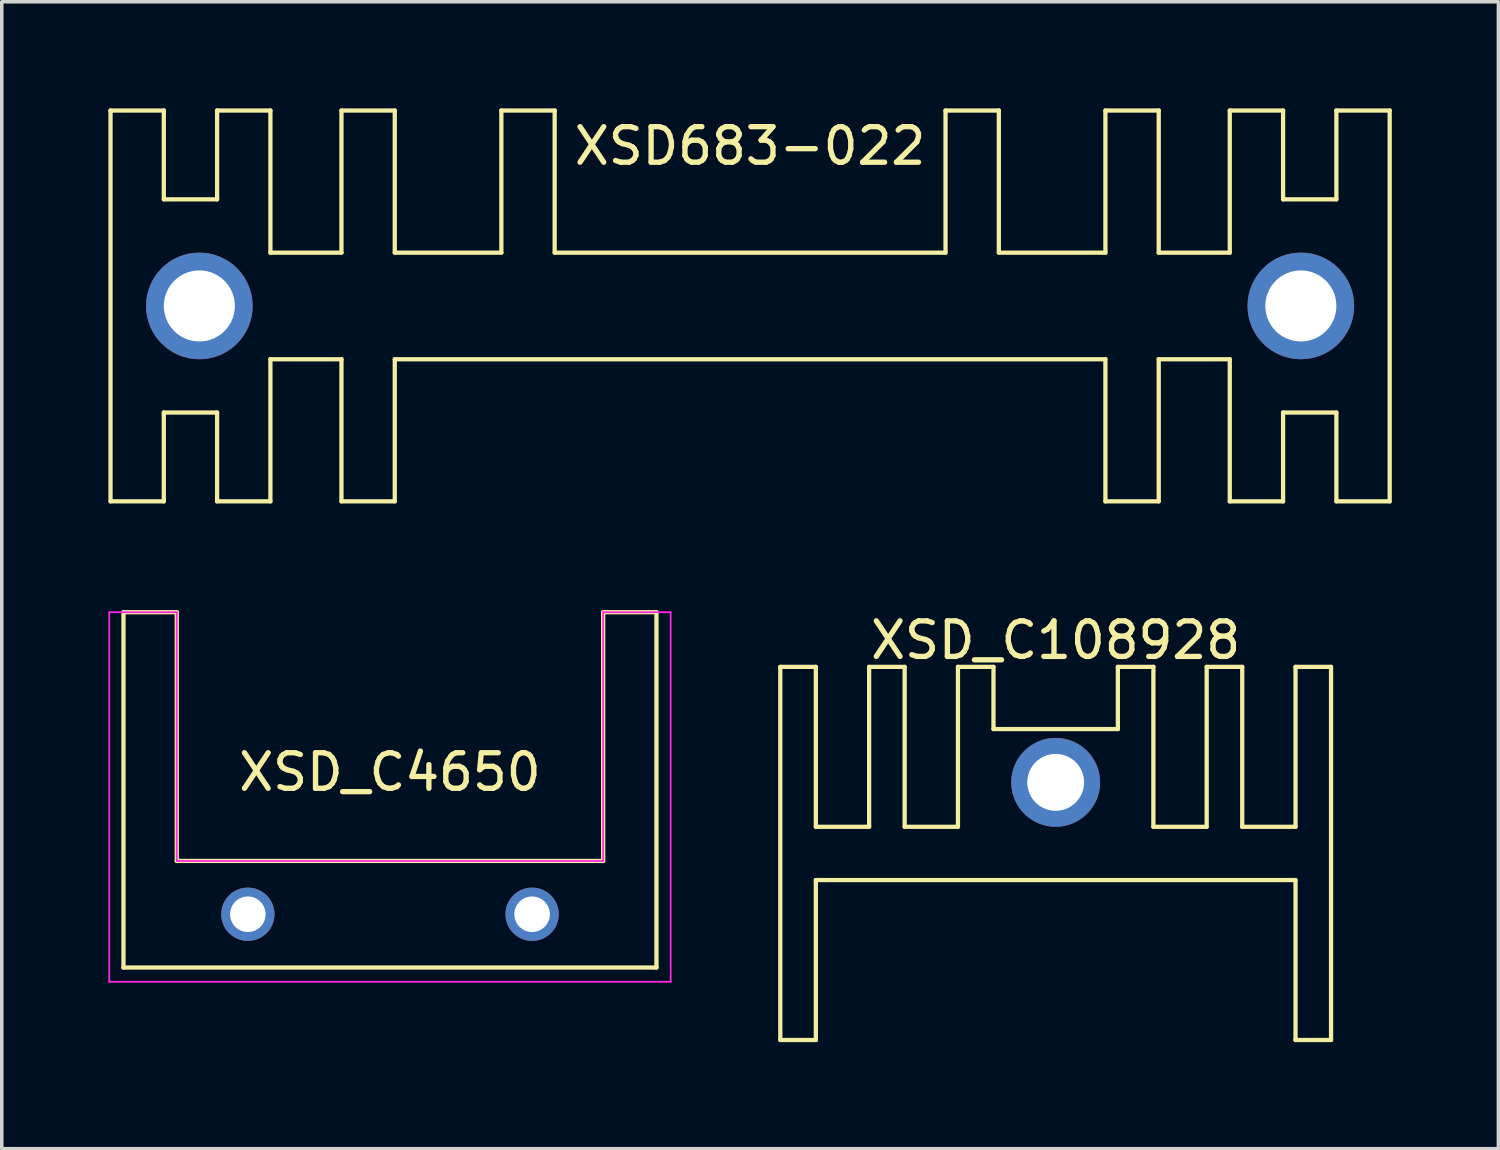
<source format=kicad_pcb>
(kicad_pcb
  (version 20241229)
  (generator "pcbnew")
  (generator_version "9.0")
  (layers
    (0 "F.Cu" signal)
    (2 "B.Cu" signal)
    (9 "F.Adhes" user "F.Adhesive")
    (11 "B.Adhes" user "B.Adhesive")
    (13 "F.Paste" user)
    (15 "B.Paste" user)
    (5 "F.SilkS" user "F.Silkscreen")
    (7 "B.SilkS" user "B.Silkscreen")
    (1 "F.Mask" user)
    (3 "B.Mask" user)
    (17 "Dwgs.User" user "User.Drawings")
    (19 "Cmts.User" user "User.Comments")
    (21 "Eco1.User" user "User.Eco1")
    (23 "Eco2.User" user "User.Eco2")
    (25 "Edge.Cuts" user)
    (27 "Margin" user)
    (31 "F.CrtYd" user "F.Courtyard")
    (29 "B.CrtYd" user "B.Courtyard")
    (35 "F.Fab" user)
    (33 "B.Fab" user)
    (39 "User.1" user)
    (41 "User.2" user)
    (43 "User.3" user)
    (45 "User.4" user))
  (footprint "XSD_C4650"
    (layer "F.Cu")
    (at 7.925 19.18)
    (property "Reference" "XSD_C4650" (at 0 -0.5 0) (unlocked yes) (layer "F.SilkS") (effects (font (size 1 1) (thickness 0.15))))
    (attr through_hole)
    (fp_line (start -7.5 -5) (end -6 -5) (stroke (width 0.12) (type solid)) (layer "F.SilkS"))
    (fp_line (start -7.5 5) (end -7.5 -5) (stroke (width 0.12) (type solid)) (layer "F.SilkS"))
    (fp_line (start -7.5 5) (end 7.5 5) (stroke (width 0.12) (type solid)) (layer "F.SilkS"))
    (fp_line (start -6 -5) (end -6 2) (stroke (width 0.12) (type solid)) (layer "F.SilkS"))
    (fp_line (start -6 2) (end 6 2) (stroke (width 0.12) (type solid)) (layer "F.SilkS"))
    (fp_line (start 6 -5) (end 7.5 -5) (stroke (width 0.12) (type solid)) (layer "F.SilkS"))
    (fp_line (start 6 2) (end 6 -5) (stroke (width 0.12) (type solid)) (layer "F.SilkS"))
    (fp_line (start 7.5 5) (end 7.5 -5) (stroke (width 0.12) (type solid)) (layer "F.SilkS"))
    (fp_line (start -7.9 -5) (end -6 -5) (stroke (width 0.05) (type solid)) (layer "F.CrtYd"))
    (fp_line (start -7.9 5.4) (end -7.9 -5) (stroke (width 0.05) (type solid)) (layer "F.CrtYd"))
    (fp_line (start -6 -5) (end -6 2) (stroke (width 0.05) (type solid)) (layer "F.CrtYd"))
    (fp_line (start -6 2) (end 6 2) (stroke (width 0.05) (type solid)) (layer "F.CrtYd"))
    (fp_line (start 6 -5) (end 7.9 -5) (stroke (width 0.05) (type solid)) (layer "F.CrtYd"))
    (fp_line (start 6 2) (end 6 -5) (stroke (width 0.05) (type solid)) (layer "F.CrtYd"))
    (fp_line (start 7.9 -5) (end 7.9 5.4) (stroke (width 0.05) (type solid)) (layer "F.CrtYd"))
    (fp_line (start 7.9 5.4) (end -7.9 5.4) (stroke (width 0.05) (type solid)) (layer "F.CrtYd"))
    (pad "" np_thru_hole circle (at -4 3.5) (size 1.5 1.5) (drill 1) (layers "*.Cu" "*.Mask"))
    (pad "" np_thru_hole circle (at 4 3.5) (size 1.5 1.5) (drill 1) (layers "*.Cu" "*.Mask")))
  (footprint "XSD683-022"
    (layer "F.Cu")
    (at 18.06 5.56)
    (property "Reference" "XSD683-022" (at 0 -4.5 0) (layer "F.SilkS") (effects (font (size 1 1) (thickness 0.15))))
    (attr through_hole)
    (fp_line (start -18 -5.5) (end -18 5.5) (stroke (width 0.12) (type solid)) (layer "F.SilkS"))
    (fp_line (start -18 5.5) (end -16.5 5.5) (stroke (width 0.12) (type solid)) (layer "F.SilkS"))
    (fp_line (start -16.5 -5.5) (end -18 -5.5) (stroke (width 0.12) (type solid)) (layer "F.SilkS"))
    (fp_line (start -16.5 -3) (end -16.5 -5.5) (stroke (width 0.12) (type solid)) (layer "F.SilkS"))
    (fp_line (start -16.5 3) (end -15 3) (stroke (width 0.12) (type solid)) (layer "F.SilkS"))
    (fp_line (start -16.5 5.5) (end -16.5 3) (stroke (width 0.12) (type solid)) (layer "F.SilkS"))
    (fp_line (start -15 -5.5) (end -15 -3) (stroke (width 0.12) (type solid)) (layer "F.SilkS"))
    (fp_line (start -15 -3) (end -16.5 -3) (stroke (width 0.12) (type solid)) (layer "F.SilkS"))
    (fp_line (start -15 3) (end -15 5.5) (stroke (width 0.12) (type solid)) (layer "F.SilkS"))
    (fp_line (start -15 5.5) (end -13.5 5.5) (stroke (width 0.12) (type solid)) (layer "F.SilkS"))
    (fp_line (start -13.5 -5.5) (end -15 -5.5) (stroke (width 0.12) (type solid)) (layer "F.SilkS"))
    (fp_line (start -13.5 -1.5) (end -13.5 -5.5) (stroke (width 0.12) (type solid)) (layer "F.SilkS"))
    (fp_line (start -13.5 1.5) (end -11.5 1.5) (stroke (width 0.12) (type solid)) (layer "F.SilkS"))
    (fp_line (start -13.5 5.5) (end -13.5 1.5) (stroke (width 0.12) (type solid)) (layer "F.SilkS"))
    (fp_line (start -11.5 -5.5) (end -11.5 -1.5) (stroke (width 0.12) (type solid)) (layer "F.SilkS"))
    (fp_line (start -11.5 -1.5) (end -13.5 -1.5) (stroke (width 0.12) (type solid)) (layer "F.SilkS"))
    (fp_line (start -11.5 5.5) (end -11.5 1.5) (stroke (width 0.12) (type solid)) (layer "F.SilkS"))
    (fp_line (start -10 -5.5) (end -11.5 -5.5) (stroke (width 0.12) (type solid)) (layer "F.SilkS"))
    (fp_line (start -10 -1.5) (end -10 -5.5) (stroke (width 0.12) (type solid)) (layer "F.SilkS"))
    (fp_line (start -10 1.5) (end -10 5.5) (stroke (width 0.12) (type solid)) (layer "F.SilkS"))
    (fp_line (start -10 5.5) (end -11.5 5.5) (stroke (width 0.12) (type solid)) (layer "F.SilkS"))
    (fp_line (start -7 -5.5) (end -7 -1.5) (stroke (width 0.12) (type solid)) (layer "F.SilkS"))
    (fp_line (start -7 -1.5) (end -10 -1.5) (stroke (width 0.12) (type solid)) (layer "F.SilkS"))
    (fp_line (start -5.5 -5.5) (end -7 -5.5) (stroke (width 0.12) (type solid)) (layer "F.SilkS"))
    (fp_line (start -5.5 -1.5) (end -5.5 -5.5) (stroke (width 0.12) (type solid)) (layer "F.SilkS"))
    (fp_line (start -5.5 -1.5) (end 5.5 -1.5) (stroke (width 0.12) (type solid)) (layer "F.SilkS"))
    (fp_line (start 5.5 -5.5) (end 5.5 -1.5) (stroke (width 0.12) (type solid)) (layer "F.SilkS"))
    (fp_line (start 7 -5.5) (end 5.5 -5.5) (stroke (width 0.12) (type solid)) (layer "F.SilkS"))
    (fp_line (start 7 -1.5) (end 7 -5.5) (stroke (width 0.12) (type solid)) (layer "F.SilkS"))
    (fp_line (start 10 -5.5) (end 10 -1.5) (stroke (width 0.12) (type solid)) (layer "F.SilkS"))
    (fp_line (start 10 -1.5) (end 7 -1.5) (stroke (width 0.12) (type solid)) (layer "F.SilkS"))
    (fp_line (start 10 1.5) (end -10 1.5) (stroke (width 0.12) (type solid)) (layer "F.SilkS"))
    (fp_line (start 10 5.5) (end 10 1.5) (stroke (width 0.12) (type solid)) (layer "F.SilkS"))
    (fp_line (start 11.5 -5.5) (end 10 -5.5) (stroke (width 0.12) (type solid)) (layer "F.SilkS"))
    (fp_line (start 11.5 -1.5) (end 11.5 -5.5) (stroke (width 0.12) (type solid)) (layer "F.SilkS"))
    (fp_line (start 11.5 1.5) (end 11.5 5.5) (stroke (width 0.12) (type solid)) (layer "F.SilkS"))
    (fp_line (start 11.5 5.5) (end 10 5.5) (stroke (width 0.12) (type solid)) (layer "F.SilkS"))
    (fp_line (start 13.5 -5.5) (end 15 -5.5) (stroke (width 0.12) (type solid)) (layer "F.SilkS"))
    (fp_line (start 13.5 -1.5) (end 11.5 -1.5) (stroke (width 0.12) (type solid)) (layer "F.SilkS"))
    (fp_line (start 13.5 -1.5) (end 13.5 -5.5) (stroke (width 0.12) (type solid)) (layer "F.SilkS"))
    (fp_line (start 13.5 1.5) (end 11.5 1.5) (stroke (width 0.12) (type solid)) (layer "F.SilkS"))
    (fp_line (start 13.5 5.5) (end 13.5 1.5) (stroke (width 0.12) (type solid)) (layer "F.SilkS"))
    (fp_line (start 15 -5.5) (end 15 -3) (stroke (width 0.12) (type solid)) (layer "F.SilkS"))
    (fp_line (start 15 -3) (end 16.5 -3) (stroke (width 0.12) (type solid)) (layer "F.SilkS"))
    (fp_line (start 15 3) (end 15 5.5) (stroke (width 0.12) (type solid)) (layer "F.SilkS"))
    (fp_line (start 15 5.5) (end 13.5 5.5) (stroke (width 0.12) (type solid)) (layer "F.SilkS"))
    (fp_line (start 16.5 -5.5) (end 18 -5.5) (stroke (width 0.12) (type solid)) (layer "F.SilkS"))
    (fp_line (start 16.5 -3) (end 16.5 -5.5) (stroke (width 0.12) (type solid)) (layer "F.SilkS"))
    (fp_line (start 16.5 3) (end 15 3) (stroke (width 0.12) (type solid)) (layer "F.SilkS"))
    (fp_line (start 16.5 5.5) (end 16.5 3) (stroke (width 0.12) (type solid)) (layer "F.SilkS"))
    (fp_line (start 18 -5.5) (end 18 5.5) (stroke (width 0.12) (type solid)) (layer "F.SilkS"))
    (fp_line (start 18 5.5) (end 16.5 5.5) (stroke (width 0.12) (type solid)) (layer "F.SilkS"))
    (pad "1" thru_hole circle (at -15.5 0) (size 3 3) (drill 2) (layers "*.Cu" "*.Mask"))
    (pad "2" thru_hole circle (at 15.5 0) (size 3 3) (drill 2) (layers "*.Cu" "*.Mask")))
  (footprint "XSD_C108928"
    (layer "F.Cu")
    (at 26.66 20.968)
    (property "Reference" "XSD_C108928" (at 0 -6 0) (unlocked yes) (layer "F.SilkS") (effects (font (size 1 1) (thickness 0.15))))
    (attr through_hole)
    (fp_line (start -7.75 -5.25) (end -7.75 5.25) (stroke (width 0.12) (type solid)) (layer "F.SilkS"))
    (fp_line (start -7.75 -5.25) (end -6.75 -5.25) (stroke (width 0.12) (type solid)) (layer "F.SilkS"))
    (fp_line (start -7.75 5.25) (end -6.75 5.25) (stroke (width 0.12) (type solid)) (layer "F.SilkS"))
    (fp_line (start -6.75 -0.75) (end -6.75 -5.25) (stroke (width 0.12) (type solid)) (layer "F.SilkS"))
    (fp_line (start -6.75 -0.75) (end -5.25 -0.75) (stroke (width 0.12) (type solid)) (layer "F.SilkS"))
    (fp_line (start -6.75 5.25) (end -6.75 0.75) (stroke (width 0.12) (type solid)) (layer "F.SilkS"))
    (fp_line (start -5.25 -5.25) (end -4.25 -5.25) (stroke (width 0.12) (type solid)) (layer "F.SilkS"))
    (fp_line (start -5.25 -0.75) (end -5.25 -5.25) (stroke (width 0.12) (type solid)) (layer "F.SilkS"))
    (fp_line (start -4.25 -0.75) (end -4.25 -5.25) (stroke (width 0.12) (type solid)) (layer "F.SilkS"))
    (fp_line (start -4.25 -0.75) (end -2.75 -0.75) (stroke (width 0.12) (type solid)) (layer "F.SilkS"))
    (fp_line (start -2.75 -5.25) (end -1.75 -5.25) (stroke (width 0.12) (type solid)) (layer "F.SilkS"))
    (fp_line (start -2.75 -0.75) (end -2.75 -5.25) (stroke (width 0.12) (type solid)) (layer "F.SilkS"))
    (fp_line (start -1.75 -5.25) (end -1.75 -3.5) (stroke (width 0.12) (type solid)) (layer "F.SilkS"))
    (fp_line (start 1.75 -5.25) (end 1.75 -3.5) (stroke (width 0.12) (type solid)) (layer "F.SilkS"))
    (fp_line (start 1.75 -5.25) (end 2.75 -5.25) (stroke (width 0.12) (type solid)) (layer "F.SilkS"))
    (fp_line (start 1.75 -3.5) (end -1.75 -3.5) (stroke (width 0.12) (type solid)) (layer "F.SilkS"))
    (fp_line (start 2.75 -0.75) (end 2.75 -5.25) (stroke (width 0.12) (type solid)) (layer "F.SilkS"))
    (fp_line (start 2.75 -0.75) (end 4.25 -0.75) (stroke (width 0.12) (type solid)) (layer "F.SilkS"))
    (fp_line (start 4.25 -5.25) (end 5.25 -5.25) (stroke (width 0.12) (type solid)) (layer "F.SilkS"))
    (fp_line (start 4.25 -0.75) (end 4.25 -5.25) (stroke (width 0.12) (type solid)) (layer "F.SilkS"))
    (fp_line (start 5.25 -0.75) (end 5.25 -5.25) (stroke (width 0.12) (type solid)) (layer "F.SilkS"))
    (fp_line (start 5.25 -0.75) (end 6.75 -0.75) (stroke (width 0.12) (type solid)) (layer "F.SilkS"))
    (fp_line (start 6.75 -0.75) (end 6.75 -5.25) (stroke (width 0.12) (type solid)) (layer "F.SilkS"))
    (fp_line (start 6.75 0.75) (end -6.75 0.75) (stroke (width 0.12) (type solid)) (layer "F.SilkS"))
    (fp_line (start 6.75 5.25) (end 6.75 0.75) (stroke (width 0.12) (type solid)) (layer "F.SilkS"))
    (fp_line (start 7.75 -5.25) (end 6.75 -5.25) (stroke (width 0.12) (type solid)) (layer "F.SilkS"))
    (fp_line (start 7.75 -5.25) (end 7.75 5.25) (stroke (width 0.12) (type solid)) (layer "F.SilkS"))
    (fp_line (start 7.75 5.25) (end 6.75 5.25) (stroke (width 0.12) (type solid)) (layer "F.SilkS"))
    (pad "1" thru_hole circle (at 0 -2) (size 2.5 2.5) (drill 1.6) (layers "*.Cu" "*.Mask")))
  (gr_rect
    (start -3 -3)
    (end 39.12 29.278)
    (stroke (width 0.1) (type default))
    (fill no)
    (layer "Edge.Cuts")))
</source>
